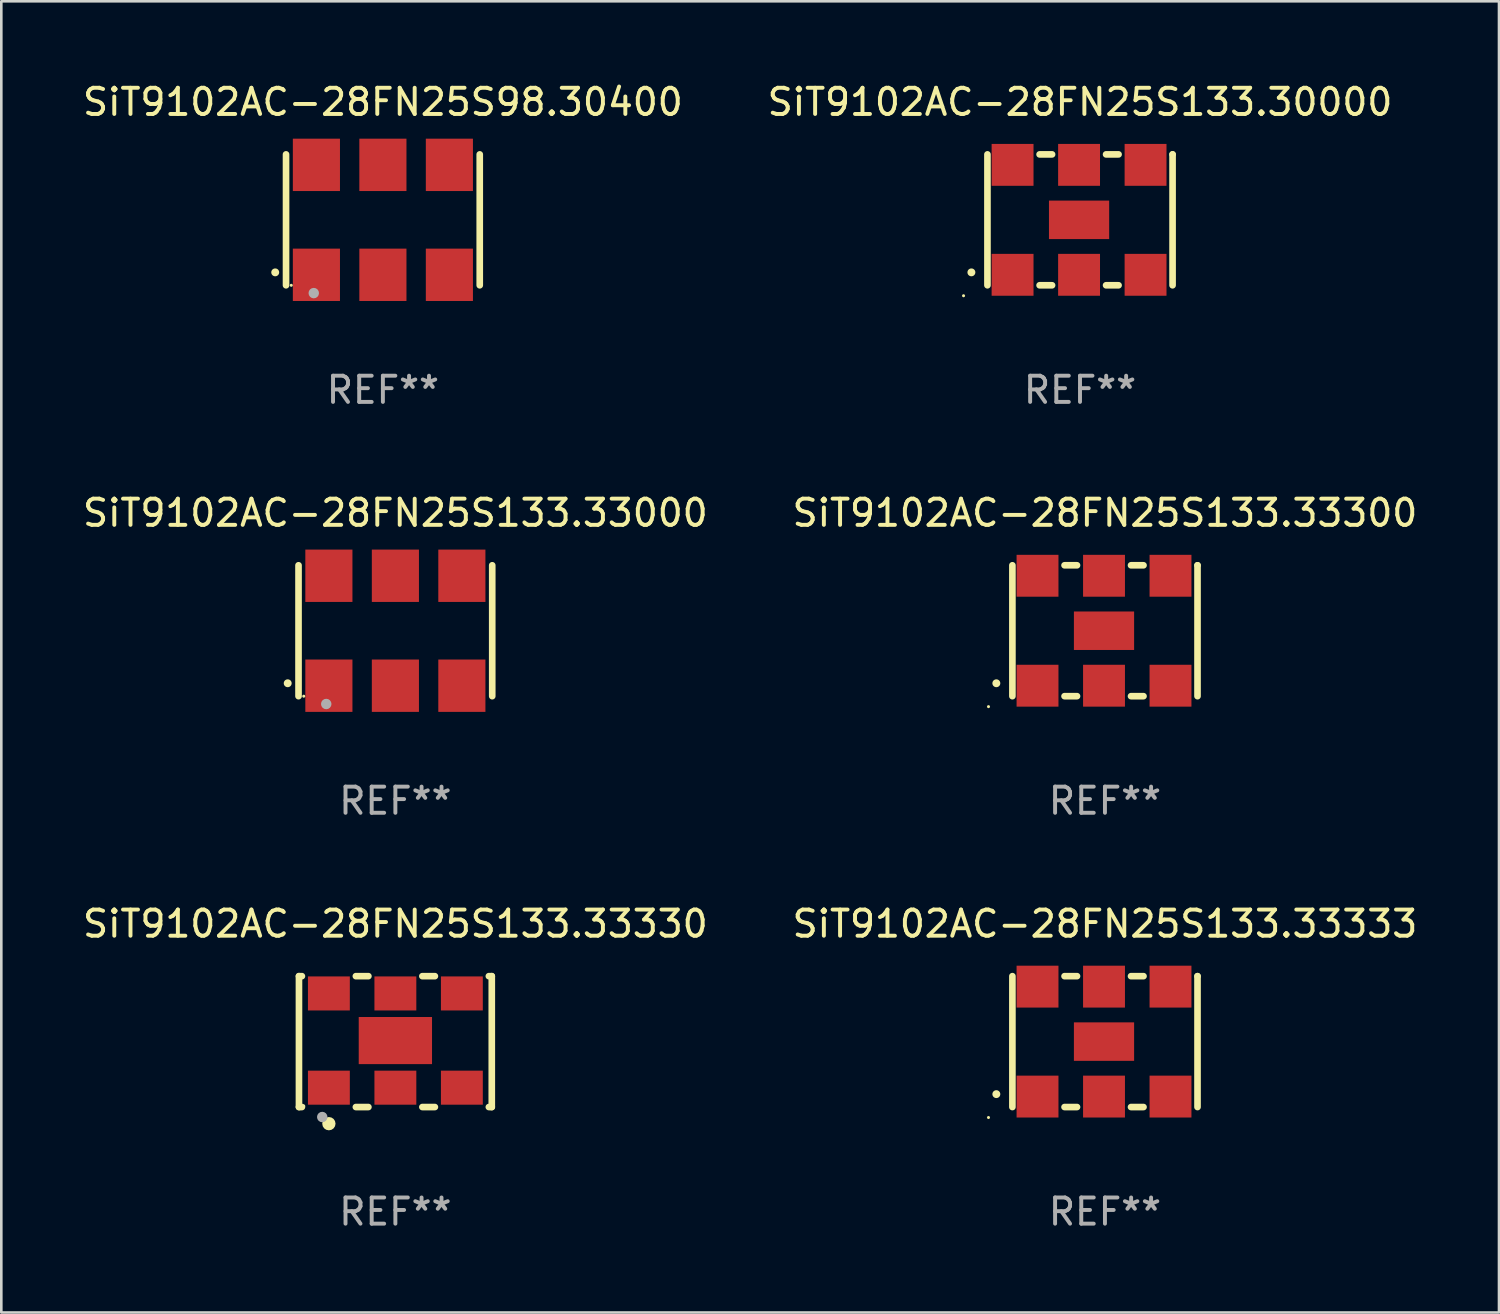
<source format=kicad_pcb>
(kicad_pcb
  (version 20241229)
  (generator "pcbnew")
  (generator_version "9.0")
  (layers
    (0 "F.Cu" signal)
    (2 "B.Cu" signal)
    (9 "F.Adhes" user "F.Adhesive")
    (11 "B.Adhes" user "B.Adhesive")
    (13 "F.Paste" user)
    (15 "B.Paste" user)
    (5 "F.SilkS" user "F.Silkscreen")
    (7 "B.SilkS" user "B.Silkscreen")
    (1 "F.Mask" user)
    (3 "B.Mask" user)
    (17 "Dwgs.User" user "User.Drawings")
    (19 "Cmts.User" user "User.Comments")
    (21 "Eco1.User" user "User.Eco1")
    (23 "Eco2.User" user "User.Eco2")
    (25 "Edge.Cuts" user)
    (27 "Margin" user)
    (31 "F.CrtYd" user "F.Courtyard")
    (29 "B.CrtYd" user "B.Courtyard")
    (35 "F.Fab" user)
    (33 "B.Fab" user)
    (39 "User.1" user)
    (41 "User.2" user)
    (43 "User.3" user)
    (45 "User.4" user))
  (footprint "SiT9102AC-28FN25S133.33300"
    (layer "F.Cu")
    (at 39.161 21.045)
    (property "Reference" "SiT9102AC-28FN25S133.33300" (at 0 -4.5 0) (layer "F.SilkS") (effects (font (size 1 1) (thickness 0.15))))
    (attr through_hole)
    (fp_line (start -3.536 -2.5) (end -3.536 2.5) (stroke (width 0.254) (type solid)) (layer "F.SilkS"))
    (fp_line (start -1.544 2.5) (end -1.067 2.5) (stroke (width 0.254) (type solid)) (layer "F.SilkS"))
    (fp_line (start -1.067 -2.5) (end -1.544 -2.5) (stroke (width 0.254) (type solid)) (layer "F.SilkS"))
    (fp_line (start 0.996 2.5) (end 1.473 2.5) (stroke (width 0.254) (type solid)) (layer "F.SilkS"))
    (fp_line (start 1.473 -2.5) (end 0.996 -2.5) (stroke (width 0.254) (type solid)) (layer "F.SilkS"))
    (fp_line (start 3.536 -2.5) (end 3.536 -2.5) (stroke (width 0.254) (type solid)) (layer "F.SilkS"))
    (fp_line (start 3.536 2.5) (end 3.536 -2.5) (stroke (width 0.254) (type solid)) (layer "F.SilkS"))
    (fp_arc (start -4.150432 2.006604) (mid -4.149162 2.006599) (end -4.147892 2.006604) (stroke (width 0.3) (type solid)) (layer "F.SilkS"))
    (fp_circle (center -4.449 2.9) (end -4.419 2.9) (stroke (width 0.06) (type solid)) (fill no) (layer "F.SilkS"))
    (fp_text user "REF**" (at 0 6.5 0) (layer "F.Fab") (effects (font (size 1 1) (thickness 0.15))))
    (pad "1" smd rect (at -2.576 2.1) (size 1.6 1.6) (layers "F.Cu" "F.Mask" "F.Paste"))
    (pad "2" smd rect (at -0.036 2.1) (size 1.6 1.6) (layers "F.Cu" "F.Mask" "F.Paste"))
    (pad "3" smd rect (at 2.504 2.1) (size 1.6 1.6) (layers "F.Cu" "F.Mask" "F.Paste"))
    (pad "4" smd rect (at 2.504 -2.1) (size 1.6 1.6) (layers "F.Cu" "F.Mask" "F.Paste"))
    (pad "5" smd rect (at -0.036 -2.1) (size 1.6 1.6) (layers "F.Cu" "F.Mask" "F.Paste"))
    (pad "6" smd rect (at -2.576 -2.1) (size 1.6 1.6) (layers "F.Cu" "F.Mask" "F.Paste"))
    (pad "7" smd rect (at -0.036 0) (size 2.3 1.47) (layers "F.Cu" "F.Mask" "F.Paste")))
  (footprint "SiT9102AC-28FN25S133.33333"
    (layer "F.Cu")
    (at 39.161 36.741)
    (property "Reference" "SiT9102AC-28FN25S133.33333" (at 0 -4.5 0) (layer "F.SilkS") (effects (font (size 1 1) (thickness 0.15))))
    (attr through_hole)
    (fp_line (start -3.536 -2.5) (end -3.536 2.5) (stroke (width 0.254) (type solid)) (layer "F.SilkS"))
    (fp_line (start -1.544 2.5) (end -1.067 2.5) (stroke (width 0.254) (type solid)) (layer "F.SilkS"))
    (fp_line (start -1.067 -2.5) (end -1.544 -2.5) (stroke (width 0.254) (type solid)) (layer "F.SilkS"))
    (fp_line (start 0.996 2.5) (end 1.473 2.5) (stroke (width 0.254) (type solid)) (layer "F.SilkS"))
    (fp_line (start 1.473 -2.5) (end 0.996 -2.5) (stroke (width 0.254) (type solid)) (layer "F.SilkS"))
    (fp_line (start 3.536 -2.5) (end 3.536 -2.5) (stroke (width 0.254) (type solid)) (layer "F.SilkS"))
    (fp_line (start 3.536 2.5) (end 3.536 -2.5) (stroke (width 0.254) (type solid)) (layer "F.SilkS"))
    (fp_arc (start -4.150432 2.006604) (mid -4.149162 2.006599) (end -4.147892 2.006604) (stroke (width 0.3) (type solid)) (layer "F.SilkS"))
    (fp_circle (center -4.449 2.9) (end -4.419 2.9) (stroke (width 0.06) (type solid)) (fill no) (layer "F.SilkS"))
    (fp_text user "REF**" (at 0 6.5 0) (layer "F.Fab") (effects (font (size 1 1) (thickness 0.15))))
    (pad "1" smd rect (at -2.576 2.1) (size 1.6 1.6) (layers "F.Cu" "F.Mask" "F.Paste"))
    (pad "2" smd rect (at -0.036 2.1) (size 1.6 1.6) (layers "F.Cu" "F.Mask" "F.Paste"))
    (pad "3" smd rect (at 2.504 2.1) (size 1.6 1.6) (layers "F.Cu" "F.Mask" "F.Paste"))
    (pad "4" smd rect (at 2.504 -2.1) (size 1.6 1.6) (layers "F.Cu" "F.Mask" "F.Paste"))
    (pad "5" smd rect (at -0.036 -2.1) (size 1.6 1.6) (layers "F.Cu" "F.Mask" "F.Paste"))
    (pad "6" smd rect (at -2.576 -2.1) (size 1.6 1.6) (layers "F.Cu" "F.Mask" "F.Paste"))
    (pad "7" smd rect (at -0.036 0) (size 2.3 1.47) (layers "F.Cu" "F.Mask" "F.Paste")))
  (footprint "SiT9102AC-28FN25S133.33330"
    (layer "F.Cu")
    (at 12.054 36.741)
    (property "Reference" "SiT9102AC-28FN25S133.33330" (at 0 -4.5 0) (layer "F.SilkS") (effects (font (size 1 1) (thickness 0.15))))
    (attr through_hole)
    (fp_line (start -3.683 -2.5) (end -3.571 -2.5) (stroke (width 0.254) (type solid)) (layer "F.SilkS"))
    (fp_line (start -3.683 2.5) (end -3.683 -2.5) (stroke (width 0.254) (type solid)) (layer "F.SilkS"))
    (fp_line (start -3.683 2.5) (end -3.571 2.5) (stroke (width 0.254) (type solid)) (layer "F.SilkS"))
    (fp_line (start -1.509 -2.5) (end -1.031 -2.5) (stroke (width 0.254) (type solid)) (layer "F.SilkS"))
    (fp_line (start -1.509 2.5) (end -1.031 2.5) (stroke (width 0.254) (type solid)) (layer "F.SilkS"))
    (fp_line (start 1.031 -2.5) (end 1.509 -2.5) (stroke (width 0.254) (type solid)) (layer "F.SilkS"))
    (fp_line (start 1.031 2.5) (end 1.509 2.5) (stroke (width 0.254) (type solid)) (layer "F.SilkS"))
    (fp_line (start 3.571 -2.5) (end 3.683 -2.5) (stroke (width 0.254) (type solid)) (layer "F.SilkS"))
    (fp_line (start 3.571 2.5) (end 3.683 2.5) (stroke (width 0.254) (type solid)) (layer "F.SilkS"))
    (fp_line (start 3.683 2.5) (end 3.683 -2.5) (stroke (width 0.254) (type solid)) (layer "F.SilkS"))
    (fp_circle (center -3.5 2.46) (end -3.47 2.46) (stroke (width 0.06) (type solid)) (fill no) (layer "F.SilkS"))
    (fp_circle (center -2.54 3.135) (end -2.413 3.135) (stroke (width 0.254) (type solid)) (fill no) (layer "F.SilkS"))
    (fp_circle (center -2.794 2.881) (end -2.694 2.881) (stroke (width 0.2) (type solid)) (fill no) (layer "F.Fab"))
    (fp_text user "REF**" (at 0 6.5 0) (layer "F.Fab") (effects (font (size 1 1) (thickness 0.15))))
    (pad "1" smd rect (at -2.54 1.76) (size 1.6 1.3) (layers "F.Cu" "F.Mask" "F.Paste"))
    (pad "2" smd rect (at 0 1.76) (size 1.6 1.3) (layers "F.Cu" "F.Mask" "F.Paste"))
    (pad "3" smd rect (at 2.54 1.76) (size 1.6 1.3) (layers "F.Cu" "F.Mask" "F.Paste"))
    (pad "4" smd rect (at 2.54 -1.84) (size 1.6 1.3) (layers "F.Cu" "F.Mask" "F.Paste"))
    (pad "5" smd rect (at 0 -1.84) (size 1.6 1.3) (layers "F.Cu" "F.Mask" "F.Paste"))
    (pad "6" smd rect (at -2.54 -1.84) (size 1.6 1.3) (layers "F.Cu" "F.Mask" "F.Paste"))
    (pad "7" smd rect (at 0 -0.04) (size 2.8 1.8) (layers "F.Cu" "F.Mask" "F.Paste")))
  (footprint "SiT9102AC-28FN25S133.33000"
    (layer "F.Cu")
    (at 12.054 21.045)
    (property "Reference" "SiT9102AC-28FN25S133.33000" (at 0 -4.5 0) (layer "F.SilkS") (effects (font (size 1 1) (thickness 0.15))))
    (attr through_hole)
    (fp_line (start -3.7 -2.5) (end -3.7 2.5) (stroke (width 0.254) (type solid)) (layer "F.SilkS"))
    (fp_line (start 3.7 -2.5) (end 3.7 2.5) (stroke (width 0.254) (type solid)) (layer "F.SilkS"))
    (fp_arc (start -4.114415 2.006604) (mid -4.113145 2.006599) (end -4.111875 2.006604) (stroke (width 0.3) (type solid)) (layer "F.SilkS"))
    (fp_circle (center -3.5 2.501) (end -3.47 2.501) (stroke (width 0.06) (type solid)) (fill no) (layer "F.SilkS"))
    (fp_circle (center -2.641 2.799) (end -2.541 2.799) (stroke (width 0.2) (type solid)) (fill no) (layer "F.Fab"))
    (fp_text user "REF**" (at 0 6.5 0) (layer "F.Fab") (effects (font (size 1 1) (thickness 0.15))))
    (pad "1" smd rect (at -2.54 2.1) (size 1.8 2) (layers "F.Cu" "F.Mask" "F.Paste"))
    (pad "2" smd rect (at 0.000394 2.1) (size 1.8 2) (layers "F.Cu" "F.Mask" "F.Paste"))
    (pad "3" smd rect (at 2.54 2.1) (size 1.8 2) (layers "F.Cu" "F.Mask" "F.Paste"))
    (pad "4" smd rect (at 2.54 -2.1) (size 1.8 2) (layers "F.Cu" "F.Mask" "F.Paste"))
    (pad "5" smd rect (at 0.000394 -2.1) (size 1.8 2) (layers "F.Cu" "F.Mask" "F.Paste"))
    (pad "6" smd rect (at -2.54 -2.1) (size 1.8 2) (layers "F.Cu" "F.Mask" "F.Paste")))
  (footprint "SiT9102AC-28FN25S133.30000"
    (layer "F.Cu")
    (at 38.208 5.348)
    (property "Reference" "SiT9102AC-28FN25S133.30000" (at 0 -4.5 0) (layer "F.SilkS") (effects (font (size 1 1) (thickness 0.15))))
    (attr through_hole)
    (fp_line (start -3.536 -2.5) (end -3.536 2.5) (stroke (width 0.254) (type solid)) (layer "F.SilkS"))
    (fp_line (start -1.544 2.5) (end -1.067 2.5) (stroke (width 0.254) (type solid)) (layer "F.SilkS"))
    (fp_line (start -1.067 -2.5) (end -1.544 -2.5) (stroke (width 0.254) (type solid)) (layer "F.SilkS"))
    (fp_line (start 0.996 2.5) (end 1.473 2.5) (stroke (width 0.254) (type solid)) (layer "F.SilkS"))
    (fp_line (start 1.473 -2.5) (end 0.996 -2.5) (stroke (width 0.254) (type solid)) (layer "F.SilkS"))
    (fp_line (start 3.536 -2.5) (end 3.536 -2.5) (stroke (width 0.254) (type solid)) (layer "F.SilkS"))
    (fp_line (start 3.536 2.5) (end 3.536 -2.5) (stroke (width 0.254) (type solid)) (layer "F.SilkS"))
    (fp_arc (start -4.150432 2.006604) (mid -4.149162 2.006599) (end -4.147892 2.006604) (stroke (width 0.3) (type solid)) (layer "F.SilkS"))
    (fp_circle (center -4.449 2.9) (end -4.419 2.9) (stroke (width 0.06) (type solid)) (fill no) (layer "F.SilkS"))
    (fp_text user "REF**" (at 0 6.5 0) (layer "F.Fab") (effects (font (size 1 1) (thickness 0.15))))
    (pad "1" smd rect (at -2.576 2.1) (size 1.6 1.6) (layers "F.Cu" "F.Mask" "F.Paste"))
    (pad "2" smd rect (at -0.036 2.1) (size 1.6 1.6) (layers "F.Cu" "F.Mask" "F.Paste"))
    (pad "3" smd rect (at 2.504 2.1) (size 1.6 1.6) (layers "F.Cu" "F.Mask" "F.Paste"))
    (pad "4" smd rect (at 2.504 -2.1) (size 1.6 1.6) (layers "F.Cu" "F.Mask" "F.Paste"))
    (pad "5" smd rect (at -0.036 -2.1) (size 1.6 1.6) (layers "F.Cu" "F.Mask" "F.Paste"))
    (pad "6" smd rect (at -2.576 -2.1) (size 1.6 1.6) (layers "F.Cu" "F.Mask" "F.Paste"))
    (pad "7" smd rect (at -0.036 0) (size 2.3 1.47) (layers "F.Cu" "F.Mask" "F.Paste")))
  (footprint "SiT9102AC-28FN25S98.30400"
    (layer "F.Cu")
    (at 11.577 5.348)
    (property "Reference" "SiT9102AC-28FN25S98.30400" (at 0 -4.5 0) (layer "F.SilkS") (effects (font (size 1 1) (thickness 0.15))))
    (attr through_hole)
    (fp_line (start -3.7 -2.5) (end -3.7 2.5) (stroke (width 0.254) (type solid)) (layer "F.SilkS"))
    (fp_line (start 3.7 -2.5) (end 3.7 2.5) (stroke (width 0.254) (type solid)) (layer "F.SilkS"))
    (fp_arc (start -4.114415 2.006604) (mid -4.113145 2.006599) (end -4.111875 2.006604) (stroke (width 0.3) (type solid)) (layer "F.SilkS"))
    (fp_circle (center -3.5 2.501) (end -3.47 2.501) (stroke (width 0.06) (type solid)) (fill no) (layer "F.SilkS"))
    (fp_circle (center -2.641 2.799) (end -2.541 2.799) (stroke (width 0.2) (type solid)) (fill no) (layer "F.Fab"))
    (fp_text user "REF**" (at 0 6.5 0) (layer "F.Fab") (effects (font (size 1 1) (thickness 0.15))))
    (pad "1" smd rect (at -2.54 2.1) (size 1.8 2) (layers "F.Cu" "F.Mask" "F.Paste"))
    (pad "2" smd rect (at 0.000394 2.1) (size 1.8 2) (layers "F.Cu" "F.Mask" "F.Paste"))
    (pad "3" smd rect (at 2.54 2.1) (size 1.8 2) (layers "F.Cu" "F.Mask" "F.Paste"))
    (pad "4" smd rect (at 2.54 -2.1) (size 1.8 2) (layers "F.Cu" "F.Mask" "F.Paste"))
    (pad "5" smd rect (at 0.000394 -2.1) (size 1.8 2) (layers "F.Cu" "F.Mask" "F.Paste"))
    (pad "6" smd rect (at -2.54 -2.1) (size 1.8 2) (layers "F.Cu" "F.Mask" "F.Paste")))
  (gr_rect
    (start -3 -3)
    (end 54.214 47.09)
    (stroke (width 0.1) (type default))
    (fill no)
    (layer "Edge.Cuts")))
</source>
